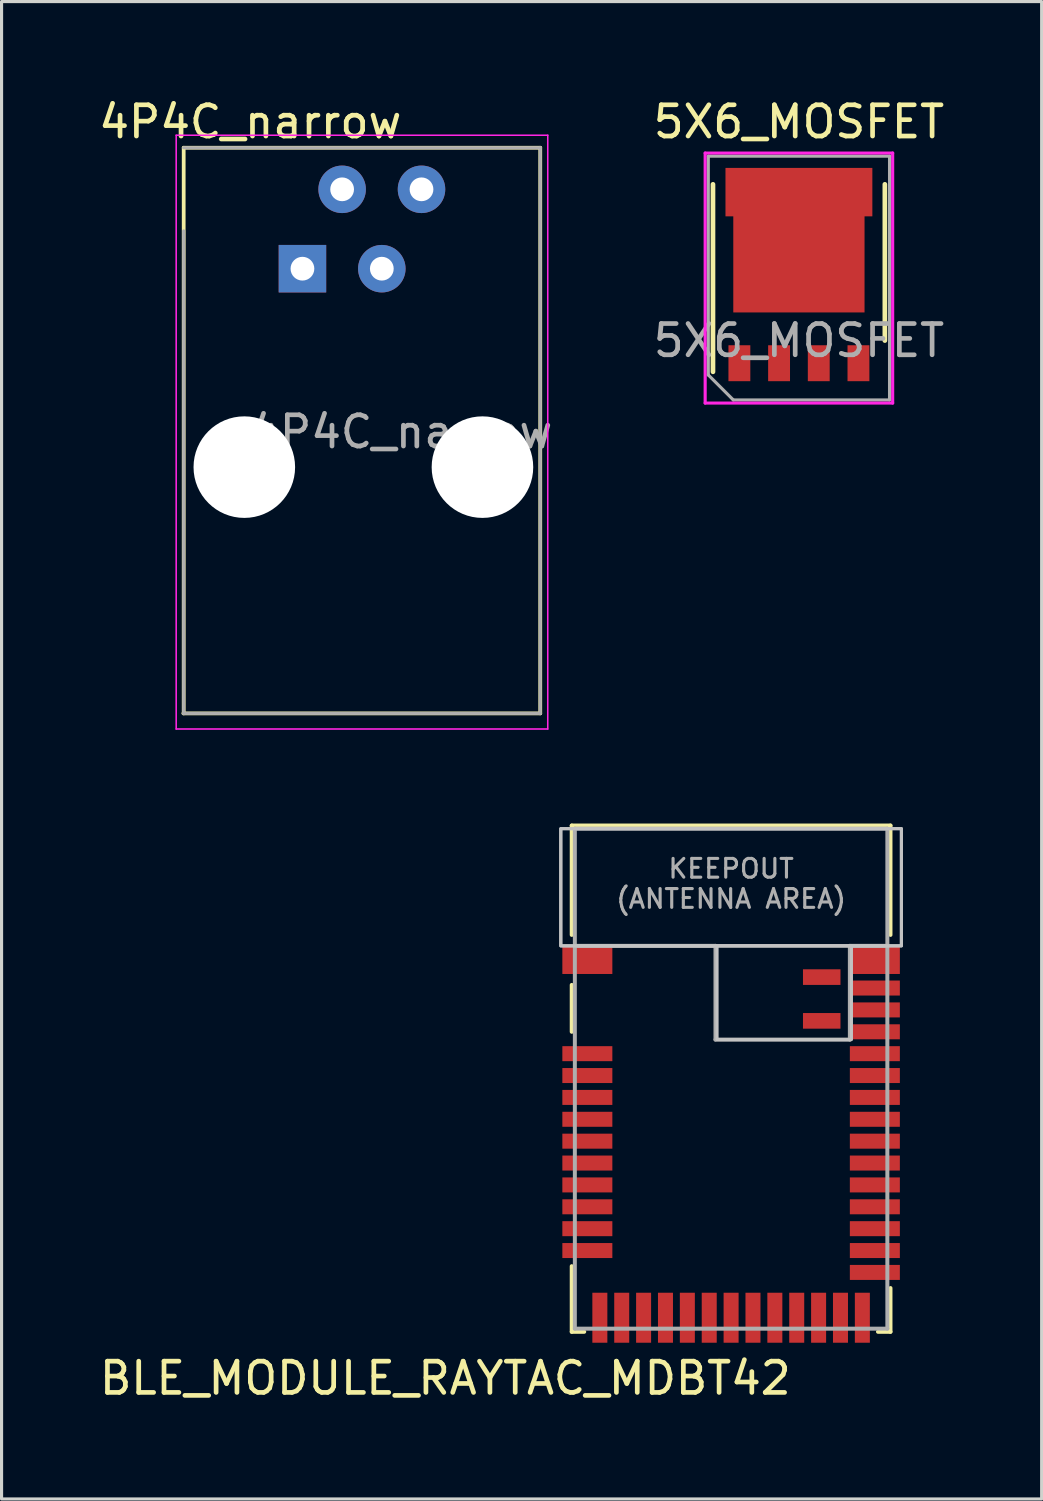
<source format=kicad_pcb>
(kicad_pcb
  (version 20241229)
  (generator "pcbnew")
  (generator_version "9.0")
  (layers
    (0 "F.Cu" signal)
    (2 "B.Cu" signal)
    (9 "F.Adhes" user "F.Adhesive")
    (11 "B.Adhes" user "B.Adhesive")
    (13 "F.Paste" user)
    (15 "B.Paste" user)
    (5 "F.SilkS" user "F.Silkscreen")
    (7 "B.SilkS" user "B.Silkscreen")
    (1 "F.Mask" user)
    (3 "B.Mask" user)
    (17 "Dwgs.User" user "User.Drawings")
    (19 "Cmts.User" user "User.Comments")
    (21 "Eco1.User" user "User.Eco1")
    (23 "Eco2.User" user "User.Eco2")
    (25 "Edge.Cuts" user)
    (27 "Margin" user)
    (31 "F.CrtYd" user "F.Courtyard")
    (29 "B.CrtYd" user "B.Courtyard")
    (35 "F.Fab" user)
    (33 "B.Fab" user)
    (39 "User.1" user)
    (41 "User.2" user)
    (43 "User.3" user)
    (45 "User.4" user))
  (footprint "5X6_MOSFET"
    (layer "F.Cu")
    (at 22.515 5.848)
    (property "Reference" "5X6_MOSFET" (at 0 -5 0) (layer "F.SilkS") (effects (font (size 1 1) (thickness 0.15))))
    (attr through_hole)
    (fp_line (start -2.75 3) (end -2.75 -3) (stroke (width 0.15) (type solid)) (layer "F.SilkS"))
    (fp_line (start 2.75 -3) (end 2.75 2) (stroke (width 0.15) (type solid)) (layer "F.SilkS"))
    (fp_line (start -3 -4) (end -3 4) (stroke (width 0.1) (type solid)) (layer "F.CrtYd"))
    (fp_line (start -3 4) (end 3 4) (stroke (width 0.1) (type solid)) (layer "F.CrtYd"))
    (fp_line (start 3 -4) (end -3 -4) (stroke (width 0.1) (type solid)) (layer "F.CrtYd"))
    (fp_line (start 3 4) (end 3 -4) (stroke (width 0.1) (type solid)) (layer "F.CrtYd"))
    (fp_line (start -2.9 -3.9) (end 2.9 -3.9) (stroke (width 0.1) (type solid)) (layer "F.Fab"))
    (fp_line (start -2.9 3.1) (end -2.9 -3.9) (stroke (width 0.1) (type solid)) (layer "F.Fab"))
    (fp_line (start -2.9 3.1) (end -2.1 3.9) (stroke (width 0.1) (type solid)) (layer "F.Fab"))
    (fp_line (start 2.9 -3.9) (end 2.9 3.9) (stroke (width 0.1) (type solid)) (layer "F.Fab"))
    (fp_line (start 2.9 3.9) (end -2.1 3.9) (stroke (width 0.1) (type solid)) (layer "F.Fab"))
    (fp_text user "${REFERENCE}" (at 0 2 0) (layer "F.Fab") (effects (font (size 1 1) (thickness 0.15))))
    (pad "D" smd rect (at -1.875 -3) (size 0.6 0.9) (layers "F.Cu" "F.Paste"))
    (pad "D" smd rect (at -1.15 -1.15 90) (size 0.6 0.9) (layers "F.Cu" "F.Paste"))
    (pad "D" smd rect (at -1.15 -0.3 90) (size 0.6 0.9) (layers "F.Cu" "F.Paste"))
    (pad "D" smd rect (at -1.15 0.55 90) (size 0.6 0.9) (layers "F.Cu" "F.Paste"))
    (pad "D" smd rect (at -0.6 -3) (size 0.6 0.9) (layers "F.Cu" "F.Paste"))
    (pad "D" smd rect (at 0 -2.75) (size 4.7 1.55) (layers "F.Cu" "F.Mask"))
    (pad "D" smd rect (at 0 -1.15 90) (size 0.6 0.9) (layers "F.Cu" "F.Paste"))
    (pad "D" smd rect (at 0 -0.45) (size 4.2 3.1) (layers "F.Cu" "F.Mask"))
    (pad "D" smd rect (at 0 -0.3 90) (size 0.6 0.9) (layers "F.Cu" "F.Paste"))
    (pad "D" smd rect (at 0 0.55 90) (size 0.6 0.9) (layers "F.Cu" "F.Paste"))
    (pad "D" smd rect (at 0.6 -3) (size 0.6 0.9) (layers "F.Cu" "F.Paste"))
    (pad "D" smd rect (at 1.15 -1.15 90) (size 0.6 0.9) (layers "F.Cu" "F.Paste"))
    (pad "D" smd rect (at 1.15 -0.3 90) (size 0.6 0.9) (layers "F.Cu" "F.Paste"))
    (pad "D" smd rect (at 1.15 0.55 90) (size 0.6 0.9) (layers "F.Cu" "F.Paste"))
    (pad "D" smd rect (at 1.875 -3) (size 0.6 0.9) (layers "F.Cu" "F.Paste"))
    (pad "G" smd rect (at 1.905 2.725) (size 0.7 1.15) (layers "F.Cu" "F.Mask" "F.Paste"))
    (pad "S" smd rect (at -1.905 2.725) (size 0.7 1.15) (layers "F.Cu" "F.Mask" "F.Paste"))
    (pad "S" smd rect (at -0.635 2.725) (size 0.7 1.15) (layers "F.Cu" "F.Mask" "F.Paste"))
    (pad "S" smd rect (at 0.635 2.725) (size 0.7 1.15) (layers "F.Cu" "F.Mask" "F.Paste")))
  (footprint "4P4C_narrow"
    (layer "F.Cu")
    (at 6.628 3.008)
    (property "Reference" "4P4C_narrow" (at -1.67 -2.16 0) (layer "F.SilkS") (effects (font (size 1 1) (thickness 0.15))))
    (attr through_hole)
    (fp_line (start -3.8 -1.33) (end 7.61 -1.33) (stroke (width 0.12) (type solid)) (layer "F.SilkS"))
    (fp_line (start -3.8 16.77) (end -3.8 -1.33) (stroke (width 0.12) (type solid)) (layer "F.SilkS"))
    (fp_line (start 7.61 -1.33) (end 7.61 16.77) (stroke (width 0.12) (type solid)) (layer "F.SilkS"))
    (fp_line (start 7.61 16.77) (end -3.81 16.77) (stroke (width 0.12) (type solid)) (layer "F.SilkS"))
    (fp_line (start -4.04 -1.73) (end 7.85 -1.73) (stroke (width 0.05) (type solid)) (layer "F.CrtYd"))
    (fp_line (start -4.04 17.27) (end -4.04 -1.73) (stroke (width 0.05) (type solid)) (layer "F.CrtYd"))
    (fp_line (start 7.85 -1.73) (end 7.85 17.27) (stroke (width 0.05) (type solid)) (layer "F.CrtYd"))
    (fp_line (start 7.85 17.27) (end -4.04 17.27) (stroke (width 0.05) (type solid)) (layer "F.CrtYd"))
    (fp_line (start -3.8 -1.33) (end 7.61 -1.33) (stroke (width 0.1) (type solid)) (layer "F.Fab"))
    (fp_line (start -3.8 16.77) (end -3.8 1.33) (stroke (width 0.1) (type solid)) (layer "F.Fab"))
    (fp_line (start 7.61 -1.33) (end 7.61 16.77) (stroke (width 0.1) (type solid)) (layer "F.Fab"))
    (fp_line (start 7.61 16.77) (end -3.81 16.77) (stroke (width 0.1) (type solid)) (layer "F.Fab"))
    (fp_text user "${REFERENCE}" (at 3.16 7.76 0) (layer "F.Fab") (effects (font (size 1 1) (thickness 0.15))))
    (pad "" np_thru_hole circle (at -1.86 8.89) (size 3.25 3.25) (drill 3.25) (layers "*.Cu" "*.Mask"))
    (pad "" np_thru_hole circle (at 5.76 8.89) (size 3.25 3.25) (drill 3.25) (layers "*.Cu" "*.Mask"))
    (pad "1" thru_hole rect (at 0 2.54) (size 1.52 1.52) (drill 0.76) (layers "*.Cu" "*.Mask"))
    (pad "2" thru_hole circle (at 1.27 0) (size 1.52 1.52) (drill 0.76) (layers "*.Cu" "*.Mask"))
    (pad "3" thru_hole circle (at 2.54 2.54) (size 1.52 1.52) (drill 0.76) (layers "*.Cu" "*.Mask"))
    (pad "4" thru_hole circle (at 3.81 0) (size 1.52 1.52) (drill 0.76) (layers "*.Cu" "*.Mask")))
  (footprint "BLE_MODULE_RAYTAC_MDBT42"
    (layer "F.Cu")
    (at 20.345 31.467)
    (property "Reference" "BLE_MODULE_RAYTAC_MDBT42" (at 2 9 180) (layer "F.SilkS") (effects (font (size 1 1) (thickness 0.15)) (justify right top)))
    (attr through_hole)
    (fp_line (start -5.1 -8.1) (end 5.1 -8.1) (stroke (width 0.127) (type solid)) (layer "F.SilkS"))
    (fp_line (start -5.1 -4.6) (end -5.1 -8.1) (stroke (width 0.127) (type solid)) (layer "F.SilkS"))
    (fp_line (start -5.1 -3) (end -5.1 -1.5) (stroke (width 0.127) (type solid)) (layer "F.SilkS"))
    (fp_line (start -5.1 8.1) (end -5.1 6) (stroke (width 0.127) (type solid)) (layer "F.SilkS"))
    (fp_line (start -4.7 8.1) (end -5.1 8.1) (stroke (width 0.127) (type solid)) (layer "F.SilkS"))
    (fp_line (start 4.7 8.1) (end 5.1 8.1) (stroke (width 0.127) (type solid)) (layer "F.SilkS"))
    (fp_line (start 5.1 -8.1) (end 5.1 -4.6) (stroke (width 0.127) (type solid)) (layer "F.SilkS"))
    (fp_line (start 5.1 8.1) (end 5.1 6.7) (stroke (width 0.127) (type solid)) (layer "F.SilkS"))
    (fp_poly (pts (xy -5.45 -4.25) (xy 5.45 -4.25) (xy 5.45 -8) (xy -5.45 -8)) (stroke (width 0.1) (type solid)) (fill no) (layer "Dwgs.User"))
    (fp_poly (pts (xy -0.45 -1.25) (xy 3.85 -1.25) (xy 3.85 -4.25) (xy -0.45 -4.25)) (stroke (width 0.1) (type solid)) (fill no) (layer "Dwgs.User"))
    (fp_poly (pts (xy 5.45 -8) (xy -5.45 -8) (xy -5.45 -4.25) (xy 5.45 -4.25)) (stroke (width 0.1) (type solid)) (fill no) (layer "Dwgs.User"))
    (fp_line (start -5 -8) (end 5 -8) (stroke (width 0.127) (type solid)) (layer "F.Fab"))
    (fp_line (start -5 -4.25) (end -5 -8) (stroke (width 0.127) (type solid)) (layer "F.Fab"))
    (fp_line (start -5 -4.25) (end -0.5 -4.25) (stroke (width 0.127) (type solid)) (layer "F.Fab"))
    (fp_line (start -5 8) (end -5 -4.25) (stroke (width 0.127) (type solid)) (layer "F.Fab"))
    (fp_line (start -0.5 -4.25) (end -0.5 -1.25) (stroke (width 0.127) (type solid)) (layer "F.Fab"))
    (fp_line (start -0.5 -1.25) (end 3.8 -1.25) (stroke (width 0.127) (type solid)) (layer "F.Fab"))
    (fp_line (start 3.8 -4.25) (end 5 -4.25) (stroke (width 0.127) (type solid)) (layer "F.Fab"))
    (fp_line (start 3.8 -1.25) (end 3.8 -4.25) (stroke (width 0.127) (type solid)) (layer "F.Fab"))
    (fp_line (start 5 -8) (end 5 -4.25) (stroke (width 0.127) (type solid)) (layer "F.Fab"))
    (fp_line (start 5 -4.25) (end 5 8) (stroke (width 0.127) (type solid)) (layer "F.Fab"))
    (fp_line (start 5 8) (end -5 8) (stroke (width 0.127) (type solid)) (layer "F.Fab"))
    (fp_text user "KEEPOUT\n(ANTENNA AREA)" (at 0 -6.238 0) (layer "F.Fab") (effects (font (size 0.6 0.6) (thickness 0.1))))
    (pad "1" smd rect (at -4.6 -3.8) (size 1.6 0.9) (layers "F.Cu" "F.Mask" "F.Paste"))
    (pad "2" smd rect (at -4.6 -0.8) (size 1.6 0.48) (layers "F.Cu" "F.Mask" "F.Paste"))
    (pad "3" smd rect (at -4.6 -0.1) (size 1.6 0.48) (layers "F.Cu" "F.Mask" "F.Paste"))
    (pad "4" smd rect (at -4.6 0.6) (size 1.6 0.48) (layers "F.Cu" "F.Mask" "F.Paste"))
    (pad "5" smd rect (at -4.6 1.3) (size 1.6 0.48) (layers "F.Cu" "F.Mask" "F.Paste"))
    (pad "6" smd rect (at -4.6 2) (size 1.6 0.48) (layers "F.Cu" "F.Mask" "F.Paste"))
    (pad "7" smd rect (at -4.6 2.7) (size 1.6 0.48) (layers "F.Cu" "F.Mask" "F.Paste"))
    (pad "8" smd rect (at -4.6 3.4) (size 1.6 0.48) (layers "F.Cu" "F.Mask" "F.Paste"))
    (pad "9" smd rect (at -4.6 4.1) (size 1.6 0.48) (layers "F.Cu" "F.Mask" "F.Paste"))
    (pad "10" smd rect (at -4.6 4.8) (size 1.6 0.48) (layers "F.Cu" "F.Mask" "F.Paste"))
    (pad "11" smd rect (at -4.6 5.5) (size 1.6 0.48) (layers "F.Cu" "F.Mask" "F.Paste"))
    (pad "12" smd rect (at -4.2 7.65 90) (size 1.6 0.48) (layers "F.Cu" "F.Mask" "F.Paste"))
    (pad "13" smd rect (at -3.5 7.65 90) (size 1.6 0.48) (layers "F.Cu" "F.Mask" "F.Paste"))
    (pad "14" smd rect (at -2.8 7.65 90) (size 1.6 0.48) (layers "F.Cu" "F.Mask" "F.Paste"))
    (pad "15" smd rect (at -2.1 7.65 90) (size 1.6 0.48) (layers "F.Cu" "F.Mask" "F.Paste"))
    (pad "16" smd rect (at -1.4 7.65 90) (size 1.6 0.48) (layers "F.Cu" "F.Mask" "F.Paste"))
    (pad "17" smd rect (at -0.7 7.65 90) (size 1.6 0.48) (layers "F.Cu" "F.Mask" "F.Paste"))
    (pad "18" smd rect (at 0 7.65 90) (size 1.6 0.48) (layers "F.Cu" "F.Mask" "F.Paste"))
    (pad "19" smd rect (at 0.7 7.65 90) (size 1.6 0.48) (layers "F.Cu" "F.Mask" "F.Paste"))
    (pad "20" smd rect (at 1.4 7.65 90) (size 1.6 0.48) (layers "F.Cu" "F.Mask" "F.Paste"))
    (pad "21" smd rect (at 2.1 7.65 90) (size 1.6 0.48) (layers "F.Cu" "F.Mask" "F.Paste"))
    (pad "22" smd rect (at 2.8 7.65 90) (size 1.6 0.48) (layers "F.Cu" "F.Mask" "F.Paste"))
    (pad "23" smd rect (at 3.5 7.65 90) (size 1.6 0.48) (layers "F.Cu" "F.Mask" "F.Paste"))
    (pad "24" smd rect (at 4.2 7.65 90) (size 1.6 0.48) (layers "F.Cu" "F.Mask" "F.Paste"))
    (pad "25" smd rect (at 4.6 6.2) (size 1.6 0.48) (layers "F.Cu" "F.Mask" "F.Paste"))
    (pad "26" smd rect (at 4.6 5.5) (size 1.6 0.48) (layers "F.Cu" "F.Mask" "F.Paste"))
    (pad "27" smd rect (at 4.6 4.8) (size 1.6 0.48) (layers "F.Cu" "F.Mask" "F.Paste"))
    (pad "28" smd rect (at 4.6 4.1) (size 1.6 0.48) (layers "F.Cu" "F.Mask" "F.Paste"))
    (pad "29" smd rect (at 4.6 3.4) (size 1.6 0.48) (layers "F.Cu" "F.Mask" "F.Paste"))
    (pad "30" smd rect (at 4.6 2.7) (size 1.6 0.48) (layers "F.Cu" "F.Mask" "F.Paste"))
    (pad "31" smd rect (at 4.6 2) (size 1.6 0.48) (layers "F.Cu" "F.Mask" "F.Paste"))
    (pad "32" smd rect (at 4.6 1.3) (size 1.6 0.48) (layers "F.Cu" "F.Mask" "F.Paste"))
    (pad "33" smd rect (at 4.6 0.6) (size 1.6 0.48) (layers "F.Cu" "F.Mask" "F.Paste"))
    (pad "34" smd rect (at 4.6 -0.1) (size 1.6 0.48) (layers "F.Cu" "F.Mask" "F.Paste"))
    (pad "35" smd rect (at 4.6 -0.8) (size 1.6 0.48) (layers "F.Cu" "F.Mask" "F.Paste"))
    (pad "36" smd rect (at 4.6 -1.5) (size 1.6 0.48) (layers "F.Cu" "F.Mask" "F.Paste"))
    (pad "37" smd rect (at 4.6 -2.2) (size 1.6 0.48) (layers "F.Cu" "F.Mask" "F.Paste"))
    (pad "38" smd rect (at 4.6 -2.9) (size 1.6 0.48) (layers "F.Cu" "F.Mask" "F.Paste"))
    (pad "39" smd rect (at 4.6 -3.8) (size 1.6 0.9) (layers "F.Cu" "F.Mask" "F.Paste"))
    (pad "40" smd rect (at 2.9 -3.25) (size 1.2 0.5) (layers "F.Cu" "F.Mask" "F.Paste"))
    (pad "41" smd rect (at 2.9 -1.85) (size 1.2 0.5) (layers "F.Cu" "F.Mask" "F.Paste")))
  (gr_rect
    (start -3 -3)
    (end 30.282 44.917)
    (stroke (width 0.1) (type default))
    (fill no)
    (layer "Edge.Cuts")))
</source>
